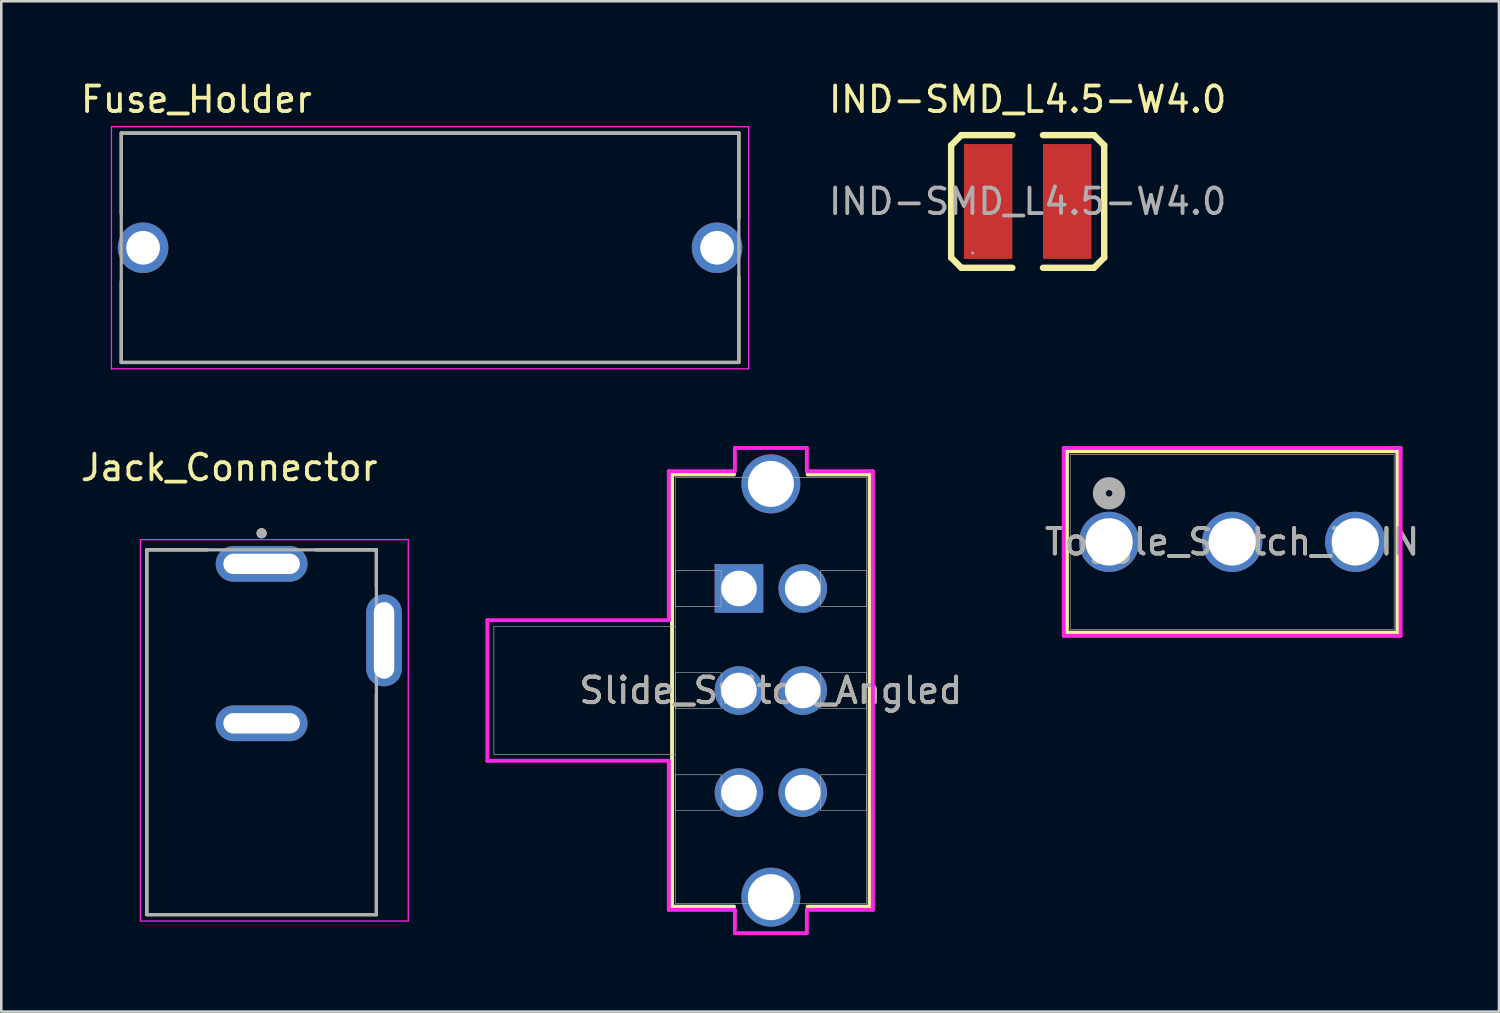
<source format=kicad_pcb>
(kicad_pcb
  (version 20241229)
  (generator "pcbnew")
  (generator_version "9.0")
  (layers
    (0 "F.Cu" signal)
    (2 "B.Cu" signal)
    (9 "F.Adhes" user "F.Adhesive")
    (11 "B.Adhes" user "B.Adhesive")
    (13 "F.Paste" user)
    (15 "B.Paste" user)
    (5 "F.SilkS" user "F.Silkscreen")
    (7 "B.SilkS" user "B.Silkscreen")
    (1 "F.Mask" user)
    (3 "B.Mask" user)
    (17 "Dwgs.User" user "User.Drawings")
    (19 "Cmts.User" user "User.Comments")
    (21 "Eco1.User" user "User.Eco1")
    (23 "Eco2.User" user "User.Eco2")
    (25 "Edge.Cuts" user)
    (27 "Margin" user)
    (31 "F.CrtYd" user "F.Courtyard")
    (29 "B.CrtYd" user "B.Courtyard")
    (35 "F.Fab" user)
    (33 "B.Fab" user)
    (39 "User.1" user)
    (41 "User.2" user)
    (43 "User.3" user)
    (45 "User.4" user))
  (footprint "Jack_Connector"
    (layer "F.Cu")
    (at 7.205 25.304)
    (property "Reference" "Jack_Connector" (at -1.27 -10.023 0) (layer "F.SilkS") (effects (font (size 1 1) (thickness 0.15))))
    (attr through_hole)
    (fp_line (start -4.5 -6.8) (end -2.12 -6.8) (stroke (width 0.127) (type solid)) (layer "F.SilkS"))
    (fp_line (start -4.5 7.5) (end -4.5 -6.8) (stroke (width 0.127) (type solid)) (layer "F.SilkS"))
    (fp_line (start 2.12 -6.8) (end 4.5 -6.8) (stroke (width 0.127) (type solid)) (layer "F.SilkS"))
    (fp_line (start 4.5 -6.8) (end 4.5 -5.37) (stroke (width 0.127) (type solid)) (layer "F.SilkS"))
    (fp_line (start 4.5 7.5) (end -4.5 7.5) (stroke (width 0.127) (type solid)) (layer "F.SilkS"))
    (fp_line (start 4.5 7.5) (end 4.5 -1.13) (stroke (width 0.127) (type solid)) (layer "F.SilkS"))
    (fp_circle (center 0 -7.45) (end 0.1 -7.45) (stroke (width 0.2) (type solid)) (fill no) (layer "F.SilkS"))
    (fp_line (start -4.75 -7.2) (end -4.75 7.75) (stroke (width 0.05) (type solid)) (layer "F.CrtYd"))
    (fp_line (start -4.75 7.75) (end 5.75 7.75) (stroke (width 0.05) (type solid)) (layer "F.CrtYd"))
    (fp_line (start 5.75 -7.2) (end -4.75 -7.2) (stroke (width 0.05) (type solid)) (layer "F.CrtYd"))
    (fp_line (start 5.75 7.75) (end 5.75 -7.2) (stroke (width 0.05) (type solid)) (layer "F.CrtYd"))
    (fp_line (start -4.5 -6.8) (end 4.5 -6.8) (stroke (width 0.127) (type solid)) (layer "F.Fab"))
    (fp_line (start -4.5 7.5) (end -4.5 -6.8) (stroke (width 0.127) (type solid)) (layer "F.Fab"))
    (fp_line (start 4.5 -6.8) (end 4.5 7.5) (stroke (width 0.127) (type solid)) (layer "F.Fab"))
    (fp_line (start 4.5 7.5) (end -4.5 7.5) (stroke (width 0.127) (type solid)) (layer "F.Fab"))
    (fp_circle (center 0 -7.45) (end 0.1 -7.45) (stroke (width 0.2) (type solid)) (fill no) (layer "F.Fab"))
    (pad "A" thru_hole oval (at 0 -6.25) (size 3.6 1.4) (drill oval 3 0.8) (layers "*.Cu" "*.Mask"))
    (pad "B" thru_hole oval (at 0 0) (size 3.6 1.4) (drill oval 3 0.8) (layers "*.Cu" "*.Mask"))
    (pad "C" thru_hole oval (at 4.8 -3.25) (size 1.4 3.6) (drill oval 0.8 3) (layers "*.Cu" "*.Mask")))
  (footprint "IND-SMD_L4.5-W4.0"
    (layer "F.Cu")
    (at 37.235 4.848)
    (property "Reference" "IND-SMD_L4.5-W4.0" (at 0 -4 0) (layer "F.SilkS") (effects (font (size 1 1) (thickness 0.15))))
    (attr through_hole)
    (fp_line (start -3 -2.2) (end -2.6 -2.6) (stroke (width 0.25) (type solid)) (layer "F.SilkS"))
    (fp_line (start -3 2.2) (end -3 -2.2) (stroke (width 0.25) (type solid)) (layer "F.SilkS"))
    (fp_line (start -2.6 -2.6) (end -0.6 -2.6) (stroke (width 0.25) (type solid)) (layer "F.SilkS"))
    (fp_line (start -2.6 2.6) (end -3 2.2) (stroke (width 0.25) (type solid)) (layer "F.SilkS"))
    (fp_line (start -0.6 2.6) (end -2.6 2.6) (stroke (width 0.25) (type solid)) (layer "F.SilkS"))
    (fp_line (start 0.6 -2.6) (end 2.6 -2.6) (stroke (width 0.25) (type solid)) (layer "F.SilkS"))
    (fp_line (start 2.6 -2.6) (end 3 -2.2) (stroke (width 0.25) (type solid)) (layer "F.SilkS"))
    (fp_line (start 2.6 2.6) (end 0.6 2.6) (stroke (width 0.25) (type solid)) (layer "F.SilkS"))
    (fp_line (start 3 -2.2) (end 3 2.2) (stroke (width 0.25) (type solid)) (layer "F.SilkS"))
    (fp_line (start 3 2.2) (end 2.6 2.6) (stroke (width 0.25) (type solid)) (layer "F.SilkS"))
    (fp_circle (center -2.16 2.02) (end -2.13 2.02) (stroke (width 0.06) (type solid)) (fill no) (layer "F.Fab"))
    (fp_text user "${REFERENCE}" (at 0 0 0) (layer "F.Fab") (effects (font (size 1 1) (thickness 0.15))))
    (pad "1" smd rect (at -1.55 0) (size 1.9 4.5) (layers "F.Cu" "F.Mask" "F.Paste"))
    (pad "2" smd rect (at 1.55 0) (size 1.9 4.5) (layers "F.Cu" "F.Mask" "F.Paste")))
  (footprint "Slide_Switch_Angled"
    (layer "F.Cu")
    (at 25.918 20.019)
    (property "Reference" "Slide_Switch_Angled" (at 1.25 4 0) (unlocked yes) (layer "F.SilkS") (effects (font (size 1 1) (thickness 0.15))))
    (attr through_hole)
    (fp_line (start -2.623 -4.471) (end -2.623 12.471) (stroke (width 0.152) (type solid)) (layer "F.SilkS"))
    (fp_line (start -2.623 12.471) (end -0.191 12.471) (stroke (width 0.152) (type solid)) (layer "F.SilkS"))
    (fp_line (start -0.191 -4.471) (end -2.623 -4.471) (stroke (width 0.152) (type solid)) (layer "F.SilkS"))
    (fp_line (start 2.691 12.471) (end 5.123 12.471) (stroke (width 0.152) (type solid)) (layer "F.SilkS"))
    (fp_line (start 5.123 -4.471) (end 2.691 -4.471) (stroke (width 0.152) (type solid)) (layer "F.SilkS"))
    (fp_line (start 5.123 12.471) (end 5.123 -4.471) (stroke (width 0.152) (type solid)) (layer "F.SilkS"))
    (fp_line (start -9.863 1.244) (end -9.863 6.756) (stroke (width 0.152) (type solid)) (layer "F.CrtYd"))
    (fp_line (start -9.863 6.756) (end -2.751 6.756) (stroke (width 0.152) (type solid)) (layer "F.CrtYd"))
    (fp_line (start -2.751 -4.598) (end -2.751 1.244) (stroke (width 0.152) (type solid)) (layer "F.CrtYd"))
    (fp_line (start -2.751 1.244) (end -9.863 1.244) (stroke (width 0.152) (type solid)) (layer "F.CrtYd"))
    (fp_line (start -2.751 6.756) (end -2.751 12.598) (stroke (width 0.152) (type solid)) (layer "F.CrtYd"))
    (fp_line (start -2.751 12.598) (end -0.16 12.598) (stroke (width 0.152) (type solid)) (layer "F.CrtYd"))
    (fp_line (start -0.16 -5.51) (end -0.16 -4.598) (stroke (width 0.152) (type solid)) (layer "F.CrtYd"))
    (fp_line (start -0.16 -4.598) (end -2.751 -4.598) (stroke (width 0.152) (type solid)) (layer "F.CrtYd"))
    (fp_line (start -0.16 12.598) (end -0.16 13.51) (stroke (width 0.152) (type solid)) (layer "F.CrtYd"))
    (fp_line (start -0.16 13.51) (end 2.66 13.51) (stroke (width 0.152) (type solid)) (layer "F.CrtYd"))
    (fp_line (start 2.66 -5.51) (end -0.16 -5.51) (stroke (width 0.152) (type solid)) (layer "F.CrtYd"))
    (fp_line (start 2.66 -4.598) (end 2.66 -5.51) (stroke (width 0.152) (type solid)) (layer "F.CrtYd"))
    (fp_line (start 2.66 12.598) (end 5.25 12.598) (stroke (width 0.152) (type solid)) (layer "F.CrtYd"))
    (fp_line (start 2.66 13.51) (end 2.66 12.598) (stroke (width 0.152) (type solid)) (layer "F.CrtYd"))
    (fp_line (start 5.25 -4.598) (end 2.66 -4.598) (stroke (width 0.152) (type solid)) (layer "F.CrtYd"))
    (fp_line (start 5.25 12.598) (end 5.25 -4.598) (stroke (width 0.152) (type solid)) (layer "F.CrtYd"))
    (fp_line (start -9.608 6.502) (end -9.608 1.498) (stroke (width 0.025) (type solid)) (layer "F.Fab"))
    (fp_line (start -2.497 -4.344) (end -2.497 12.344) (stroke (width 0.025) (type solid)) (layer "F.Fab"))
    (fp_line (start -2.497 -0.699) (end -0.699 -0.699) (stroke (width 0.025) (type solid)) (layer "F.Fab"))
    (fp_line (start -2.497 0.699) (end -2.497 -0.699) (stroke (width 0.025) (type solid)) (layer "F.Fab"))
    (fp_line (start -2.497 1.498) (end -9.608 1.498) (stroke (width 0.025) (type solid)) (layer "F.Fab"))
    (fp_line (start -2.497 3.301) (end -0.699 3.301) (stroke (width 0.025) (type solid)) (layer "F.Fab"))
    (fp_line (start -2.497 4.699) (end -2.497 3.301) (stroke (width 0.025) (type solid)) (layer "F.Fab"))
    (fp_line (start -2.497 6.502) (end -9.608 6.502) (stroke (width 0.025) (type solid)) (layer "F.Fab"))
    (fp_line (start -2.497 7.301) (end -0.699 7.301) (stroke (width 0.025) (type solid)) (layer "F.Fab"))
    (fp_line (start -2.497 8.698) (end -2.497 7.301) (stroke (width 0.025) (type solid)) (layer "F.Fab"))
    (fp_line (start -2.497 12.344) (end 4.997 12.344) (stroke (width 0.025) (type solid)) (layer "F.Fab"))
    (fp_line (start -0.699 -0.699) (end -0.699 0.699) (stroke (width 0.025) (type solid)) (layer "F.Fab"))
    (fp_line (start -0.699 0.699) (end -2.497 0.699) (stroke (width 0.025) (type solid)) (layer "F.Fab"))
    (fp_line (start -0.699 3.301) (end -0.699 4.699) (stroke (width 0.025) (type solid)) (layer "F.Fab"))
    (fp_line (start -0.699 4.699) (end -2.497 4.699) (stroke (width 0.025) (type solid)) (layer "F.Fab"))
    (fp_line (start -0.699 7.301) (end -0.699 8.698) (stroke (width 0.025) (type solid)) (layer "F.Fab"))
    (fp_line (start -0.699 8.698) (end -2.497 8.698) (stroke (width 0.025) (type solid)) (layer "F.Fab"))
    (fp_line (start 3.199 -0.699) (end 4.997 -0.699) (stroke (width 0.025) (type solid)) (layer "F.Fab"))
    (fp_line (start 3.199 0.699) (end 3.199 -0.699) (stroke (width 0.025) (type solid)) (layer "F.Fab"))
    (fp_line (start 3.199 3.301) (end 4.997 3.301) (stroke (width 0.025) (type solid)) (layer "F.Fab"))
    (fp_line (start 3.199 4.699) (end 3.199 3.301) (stroke (width 0.025) (type solid)) (layer "F.Fab"))
    (fp_line (start 3.199 7.301) (end 4.997 7.301) (stroke (width 0.025) (type solid)) (layer "F.Fab"))
    (fp_line (start 3.199 8.698) (end 3.199 7.301) (stroke (width 0.025) (type solid)) (layer "F.Fab"))
    (fp_line (start 4.997 -4.344) (end -2.497 -4.344) (stroke (width 0.025) (type solid)) (layer "F.Fab"))
    (fp_line (start 4.997 -0.699) (end 4.997 0.699) (stroke (width 0.025) (type solid)) (layer "F.Fab"))
    (fp_line (start 4.997 0.699) (end 3.199 0.699) (stroke (width 0.025) (type solid)) (layer "F.Fab"))
    (fp_line (start 4.997 3.301) (end 4.997 4.699) (stroke (width 0.025) (type solid)) (layer "F.Fab"))
    (fp_line (start 4.997 4.699) (end 3.199 4.699) (stroke (width 0.025) (type solid)) (layer "F.Fab"))
    (fp_line (start 4.997 7.301) (end 4.997 8.698) (stroke (width 0.025) (type solid)) (layer "F.Fab"))
    (fp_line (start 4.997 8.698) (end 3.199 8.698) (stroke (width 0.025) (type solid)) (layer "F.Fab"))
    (fp_line (start 4.997 12.344) (end 4.997 -4.344) (stroke (width 0.025) (type solid)) (layer "F.Fab"))
    (fp_arc (start 1.5548 -4.3439) (mid 1.25 -4.0391) (end 0.9452 -4.3439) (stroke (width 0.0254) (type solid)) (layer "F.Fab"))
    (fp_text user "*" (at -0.254 0 0) (unlocked yes) (layer "F.Fab") (effects (font (size 1 1) (thickness 0.15))))
    (fp_text user "${REFERENCE}" (at 1.25 4 0) (unlocked yes) (layer "F.Fab") (effects (font (size 1 1) (thickness 0.15))))
    (fp_text user "*" (at -0.254 0 0) (layer "F.Fab") (effects (font (size 1 1) (thickness 0.15))))
    (pad "1" thru_hole rect (at 0 0) (size 1.905 1.905) (drill 1.397) (layers "*.Cu" "*.Mask"))
    (pad "2" thru_hole circle (at 0 4) (size 1.905 1.905) (drill 1.397) (layers "*.Cu" "*.Mask"))
    (pad "3" thru_hole circle (at 0 8) (size 1.905 1.905) (drill 1.397) (layers "*.Cu" "*.Mask"))
    (pad "4" thru_hole circle (at 2.5 8) (size 1.905 1.905) (drill 1.397) (layers "*.Cu" "*.Mask"))
    (pad "5" thru_hole circle (at 2.5 4) (size 1.905 1.905) (drill 1.397) (layers "*.Cu" "*.Mask"))
    (pad "6" thru_hole circle (at 2.5 0) (size 1.905 1.905) (drill 1.397) (layers "*.Cu" "*.Mask"))
    (pad "7" thru_hole circle (at 1.25 -4.1) (size 2.311 2.311) (drill 1.803) (layers "*.Cu" "*.Mask"))
    (pad "8" thru_hole circle (at 1.25 12.1) (size 2.311 2.311) (drill 1.803) (layers "*.Cu" "*.Mask")))
  (footprint "Toggle_Switch_3PIN"
    (layer "F.Cu")
    (at 40.426 18.192)
    (property "Reference" "Toggle_Switch_3PIN" (at 4.826 0 0) (unlocked yes) (layer "F.SilkS") (effects (font (size 1 1) (thickness 0.15))))
    (attr through_hole)
    (fp_line (start -1.651 -3.556) (end -1.651 3.556) (stroke (width 0.152) (type solid)) (layer "F.SilkS"))
    (fp_line (start -1.651 3.556) (end 11.303 3.556) (stroke (width 0.152) (type solid)) (layer "F.SilkS"))
    (fp_line (start 11.303 -3.556) (end -1.651 -3.556) (stroke (width 0.152) (type solid)) (layer "F.SilkS"))
    (fp_line (start 11.303 3.556) (end 11.303 -3.556) (stroke (width 0.152) (type solid)) (layer "F.SilkS"))
    (fp_line (start -1.778 -3.683) (end -1.778 3.683) (stroke (width 0.152) (type solid)) (layer "F.CrtYd"))
    (fp_line (start -1.778 3.683) (end 11.43 3.683) (stroke (width 0.152) (type solid)) (layer "F.CrtYd"))
    (fp_line (start 11.43 -3.683) (end -1.778 -3.683) (stroke (width 0.152) (type solid)) (layer "F.CrtYd"))
    (fp_line (start 11.43 3.683) (end 11.43 -3.683) (stroke (width 0.152) (type solid)) (layer "F.CrtYd"))
    (fp_line (start -1.524 -3.429) (end -1.524 3.429) (stroke (width 0.025) (type solid)) (layer "F.Fab"))
    (fp_line (start -1.524 3.429) (end 11.176 3.429) (stroke (width 0.025) (type solid)) (layer "F.Fab"))
    (fp_line (start 11.176 -3.429) (end -1.524 -3.429) (stroke (width 0.025) (type solid)) (layer "F.Fab"))
    (fp_line (start 11.176 3.429) (end 11.176 -3.429) (stroke (width 0.025) (type solid)) (layer "F.Fab"))
    (fp_circle (center 0 -1.905) (end 0.381 -1.905) (stroke (width 0.508) (type solid)) (fill no) (layer "F.Fab"))
    (fp_text user "${REFERENCE}" (at 4.826 0 0) (unlocked yes) (layer "F.Fab") (effects (font (size 1 1) (thickness 0.15))))
    (pad "1" thru_hole circle (at 0 0) (size 2.362 2.362) (drill 1.854) (layers "*.Cu" "*.Mask"))
    (pad "2" thru_hole circle (at 4.826 0) (size 2.362 2.362) (drill 1.854) (layers "*.Cu" "*.Mask"))
    (pad "3" thru_hole circle (at 9.652 0) (size 2.362 2.362) (drill 1.854) (layers "*.Cu" "*.Mask")))
  (footprint "Fuse_Holder"
    (layer "F.Cu")
    (at 13.809 6.663)
    (property "Reference" "Fuse_Holder" (at -9.16 -5.815 0) (layer "F.SilkS") (effects (font (size 1 1) (thickness 0.15))))
    (attr through_hole)
    (fp_line (start -12.105 -4.495) (end -12.105 -1.32) (stroke (width 0.127) (type solid)) (layer "F.SilkS"))
    (fp_line (start -12.105 -4.495) (end 12.105 -4.495) (stroke (width 0.127) (type solid)) (layer "F.SilkS"))
    (fp_line (start -12.105 1.32) (end -12.105 4.495) (stroke (width 0.127) (type solid)) (layer "F.SilkS"))
    (fp_line (start -12.105 4.495) (end 12.105 4.495) (stroke (width 0.127) (type solid)) (layer "F.SilkS"))
    (fp_line (start 12.105 -4.495) (end 12.105 -1.15) (stroke (width 0.127) (type solid)) (layer "F.SilkS"))
    (fp_line (start 12.105 1.15) (end 12.105 4.495) (stroke (width 0.127) (type solid)) (layer "F.SilkS"))
    (fp_line (start -12.49 -4.745) (end 12.49 -4.745) (stroke (width 0.05) (type solid)) (layer "F.CrtYd"))
    (fp_line (start -12.49 4.745) (end -12.49 -4.745) (stroke (width 0.05) (type solid)) (layer "F.CrtYd"))
    (fp_line (start 12.49 -4.745) (end 12.49 4.745) (stroke (width 0.05) (type solid)) (layer "F.CrtYd"))
    (fp_line (start 12.49 4.745) (end -12.49 4.745) (stroke (width 0.05) (type solid)) (layer "F.CrtYd"))
    (fp_line (start -12.105 -4.495) (end 12.105 -4.495) (stroke (width 0.127) (type solid)) (layer "F.Fab"))
    (fp_line (start -12.105 4.495) (end -12.105 -4.495) (stroke (width 0.127) (type solid)) (layer "F.Fab"))
    (fp_line (start 12.105 -4.495) (end 12.105 4.495) (stroke (width 0.127) (type solid)) (layer "F.Fab"))
    (fp_line (start 12.105 4.495) (end -12.105 4.495) (stroke (width 0.127) (type solid)) (layer "F.Fab"))
    (pad "1" thru_hole circle (at -11.25 0) (size 1.98 1.98) (drill 1.32) (layers "*.Cu" "*.Mask"))
    (pad "2" thru_hole circle (at 11.25 0) (size 1.98 1.98) (drill 1.32) (layers "*.Cu" "*.Mask")))
  (gr_rect
    (start -3 -3)
    (end 55.71 36.605)
    (stroke (width 0.1) (type default))
    (fill no)
    (layer "Edge.Cuts")))
</source>
